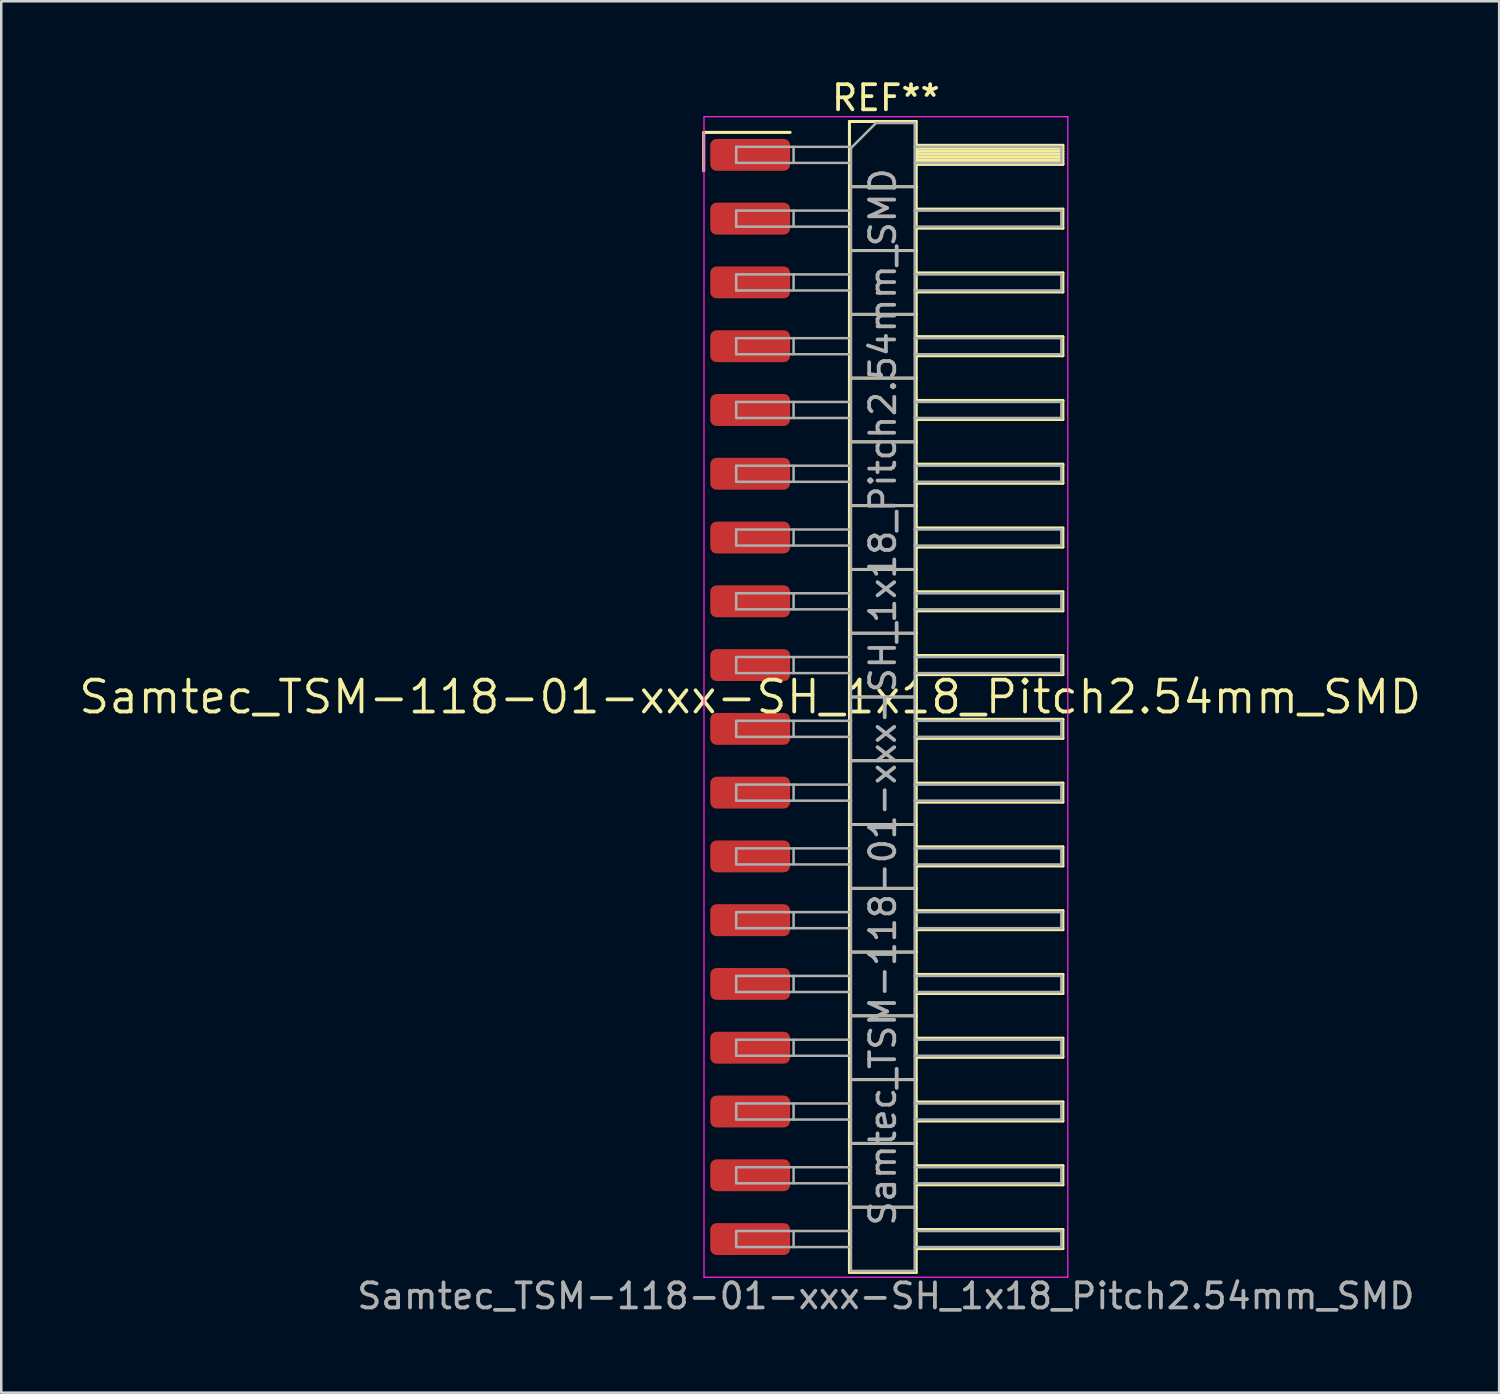
<source format=kicad_pcb>
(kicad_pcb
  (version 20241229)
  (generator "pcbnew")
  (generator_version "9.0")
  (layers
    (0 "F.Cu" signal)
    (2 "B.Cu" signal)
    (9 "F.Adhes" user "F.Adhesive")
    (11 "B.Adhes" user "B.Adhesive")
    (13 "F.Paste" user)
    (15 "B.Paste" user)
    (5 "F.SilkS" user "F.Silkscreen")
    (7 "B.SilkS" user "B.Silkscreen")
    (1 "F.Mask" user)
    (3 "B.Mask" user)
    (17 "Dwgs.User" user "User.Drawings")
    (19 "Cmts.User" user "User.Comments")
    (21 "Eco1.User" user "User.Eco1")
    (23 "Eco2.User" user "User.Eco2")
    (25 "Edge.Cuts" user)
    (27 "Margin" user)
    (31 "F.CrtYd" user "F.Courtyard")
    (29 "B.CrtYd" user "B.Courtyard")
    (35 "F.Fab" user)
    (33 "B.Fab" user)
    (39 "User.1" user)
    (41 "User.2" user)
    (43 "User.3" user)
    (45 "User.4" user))
  (footprint "Samtec_TSM-118-01-xxx-SH_1x18_Pitch2.54mm_SMD"
    (layer "F.Cu")
    (at 26.828 24.708)
    (property "Reference" "Samtec_TSM-118-01-xxx-SH_1x18_Pitch2.54mm_SMD" (at 0 0 0) (layer "F.SilkS") (effects (font (size 1.27 1.27) (thickness 0.15))))
    (attr smd)
    (fp_line (start -1.85 -22.485) (end 1.59 -22.485) (stroke (width 0.12) (type solid)) (layer "F.SilkS"))
    (fp_line (start -1.85 -20.955) (end -1.85 -22.485) (stroke (width 0.12) (type solid)) (layer "F.SilkS"))
    (fp_line (start 3.953 -22.92) (end 6.613 -22.92) (stroke (width 0.12) (type solid)) (layer "F.SilkS"))
    (fp_line (start 3.953 -20.32) (end 6.613 -20.32) (stroke (width 0.12) (type solid)) (layer "F.SilkS"))
    (fp_line (start 3.953 -17.78) (end 6.613 -17.78) (stroke (width 0.12) (type solid)) (layer "F.SilkS"))
    (fp_line (start 3.953 -15.24) (end 6.613 -15.24) (stroke (width 0.12) (type solid)) (layer "F.SilkS"))
    (fp_line (start 3.953 -12.7) (end 6.613 -12.7) (stroke (width 0.12) (type solid)) (layer "F.SilkS"))
    (fp_line (start 3.953 -10.16) (end 6.613 -10.16) (stroke (width 0.12) (type solid)) (layer "F.SilkS"))
    (fp_line (start 3.953 -7.62) (end 6.613 -7.62) (stroke (width 0.12) (type solid)) (layer "F.SilkS"))
    (fp_line (start 3.953 -5.08) (end 6.613 -5.08) (stroke (width 0.12) (type solid)) (layer "F.SilkS"))
    (fp_line (start 3.953 -2.54) (end 6.613 -2.54) (stroke (width 0.12) (type solid)) (layer "F.SilkS"))
    (fp_line (start 3.953 0) (end 6.613 0) (stroke (width 0.12) (type solid)) (layer "F.SilkS"))
    (fp_line (start 3.953 2.54) (end 6.613 2.54) (stroke (width 0.12) (type solid)) (layer "F.SilkS"))
    (fp_line (start 3.953 5.08) (end 6.613 5.08) (stroke (width 0.12) (type solid)) (layer "F.SilkS"))
    (fp_line (start 3.953 7.62) (end 6.613 7.62) (stroke (width 0.12) (type solid)) (layer "F.SilkS"))
    (fp_line (start 3.953 10.16) (end 6.613 10.16) (stroke (width 0.12) (type solid)) (layer "F.SilkS"))
    (fp_line (start 3.953 12.7) (end 6.613 12.7) (stroke (width 0.12) (type solid)) (layer "F.SilkS"))
    (fp_line (start 3.953 15.24) (end 6.613 15.24) (stroke (width 0.12) (type solid)) (layer "F.SilkS"))
    (fp_line (start 3.953 17.78) (end 6.613 17.78) (stroke (width 0.12) (type solid)) (layer "F.SilkS"))
    (fp_line (start 3.953 20.32) (end 6.613 20.32) (stroke (width 0.12) (type solid)) (layer "F.SilkS"))
    (fp_line (start 3.953 22.92) (end 3.953 -22.92) (stroke (width 0.12) (type solid)) (layer "F.SilkS"))
    (fp_line (start 6.613 -22.92) (end 6.613 22.92) (stroke (width 0.12) (type solid)) (layer "F.SilkS"))
    (fp_line (start 6.613 -21.97) (end 12.453 -21.97) (stroke (width 0.12) (type solid)) (layer "F.SilkS"))
    (fp_line (start 6.613 -21.85) (end 12.453 -21.85) (stroke (width 0.12) (type solid)) (layer "F.SilkS"))
    (fp_line (start 6.613 -21.73) (end 12.453 -21.73) (stroke (width 0.12) (type solid)) (layer "F.SilkS"))
    (fp_line (start 6.613 -21.61) (end 12.453 -21.61) (stroke (width 0.12) (type solid)) (layer "F.SilkS"))
    (fp_line (start 6.613 -21.49) (end 12.453 -21.49) (stroke (width 0.12) (type solid)) (layer "F.SilkS"))
    (fp_line (start 6.613 -21.37) (end 12.453 -21.37) (stroke (width 0.12) (type solid)) (layer "F.SilkS"))
    (fp_line (start 6.613 -21.25) (end 12.453 -21.25) (stroke (width 0.12) (type solid)) (layer "F.SilkS"))
    (fp_line (start 6.613 -21.21) (end 12.453 -21.21) (stroke (width 0.12) (type solid)) (layer "F.SilkS"))
    (fp_line (start 6.613 -19.43) (end 12.453 -19.43) (stroke (width 0.12) (type solid)) (layer "F.SilkS"))
    (fp_line (start 6.613 -18.67) (end 12.453 -18.67) (stroke (width 0.12) (type solid)) (layer "F.SilkS"))
    (fp_line (start 6.613 -16.89) (end 12.453 -16.89) (stroke (width 0.12) (type solid)) (layer "F.SilkS"))
    (fp_line (start 6.613 -16.13) (end 12.453 -16.13) (stroke (width 0.12) (type solid)) (layer "F.SilkS"))
    (fp_line (start 6.613 -14.35) (end 12.453 -14.35) (stroke (width 0.12) (type solid)) (layer "F.SilkS"))
    (fp_line (start 6.613 -13.59) (end 12.453 -13.59) (stroke (width 0.12) (type solid)) (layer "F.SilkS"))
    (fp_line (start 6.613 -11.81) (end 12.453 -11.81) (stroke (width 0.12) (type solid)) (layer "F.SilkS"))
    (fp_line (start 6.613 -11.05) (end 12.453 -11.05) (stroke (width 0.12) (type solid)) (layer "F.SilkS"))
    (fp_line (start 6.613 -9.27) (end 12.453 -9.27) (stroke (width 0.12) (type solid)) (layer "F.SilkS"))
    (fp_line (start 6.613 -8.51) (end 12.453 -8.51) (stroke (width 0.12) (type solid)) (layer "F.SilkS"))
    (fp_line (start 6.613 -6.73) (end 12.453 -6.73) (stroke (width 0.12) (type solid)) (layer "F.SilkS"))
    (fp_line (start 6.613 -5.97) (end 12.453 -5.97) (stroke (width 0.12) (type solid)) (layer "F.SilkS"))
    (fp_line (start 6.613 -4.19) (end 12.453 -4.19) (stroke (width 0.12) (type solid)) (layer "F.SilkS"))
    (fp_line (start 6.613 -3.43) (end 12.453 -3.43) (stroke (width 0.12) (type solid)) (layer "F.SilkS"))
    (fp_line (start 6.613 -1.65) (end 12.453 -1.65) (stroke (width 0.12) (type solid)) (layer "F.SilkS"))
    (fp_line (start 6.613 -0.89) (end 12.453 -0.89) (stroke (width 0.12) (type solid)) (layer "F.SilkS"))
    (fp_line (start 6.613 0.89) (end 12.453 0.89) (stroke (width 0.12) (type solid)) (layer "F.SilkS"))
    (fp_line (start 6.613 1.65) (end 12.453 1.65) (stroke (width 0.12) (type solid)) (layer "F.SilkS"))
    (fp_line (start 6.613 3.43) (end 12.453 3.43) (stroke (width 0.12) (type solid)) (layer "F.SilkS"))
    (fp_line (start 6.613 4.19) (end 12.453 4.19) (stroke (width 0.12) (type solid)) (layer "F.SilkS"))
    (fp_line (start 6.613 5.97) (end 12.453 5.97) (stroke (width 0.12) (type solid)) (layer "F.SilkS"))
    (fp_line (start 6.613 6.73) (end 12.453 6.73) (stroke (width 0.12) (type solid)) (layer "F.SilkS"))
    (fp_line (start 6.613 8.51) (end 12.453 8.51) (stroke (width 0.12) (type solid)) (layer "F.SilkS"))
    (fp_line (start 6.613 9.27) (end 12.453 9.27) (stroke (width 0.12) (type solid)) (layer "F.SilkS"))
    (fp_line (start 6.613 11.05) (end 12.453 11.05) (stroke (width 0.12) (type solid)) (layer "F.SilkS"))
    (fp_line (start 6.613 11.81) (end 12.453 11.81) (stroke (width 0.12) (type solid)) (layer "F.SilkS"))
    (fp_line (start 6.613 13.59) (end 12.453 13.59) (stroke (width 0.12) (type solid)) (layer "F.SilkS"))
    (fp_line (start 6.613 14.35) (end 12.453 14.35) (stroke (width 0.12) (type solid)) (layer "F.SilkS"))
    (fp_line (start 6.613 16.13) (end 12.453 16.13) (stroke (width 0.12) (type solid)) (layer "F.SilkS"))
    (fp_line (start 6.613 16.89) (end 12.453 16.89) (stroke (width 0.12) (type solid)) (layer "F.SilkS"))
    (fp_line (start 6.613 18.67) (end 12.453 18.67) (stroke (width 0.12) (type solid)) (layer "F.SilkS"))
    (fp_line (start 6.613 19.43) (end 12.453 19.43) (stroke (width 0.12) (type solid)) (layer "F.SilkS"))
    (fp_line (start 6.613 21.21) (end 12.453 21.21) (stroke (width 0.12) (type solid)) (layer "F.SilkS"))
    (fp_line (start 6.613 21.97) (end 12.453 21.97) (stroke (width 0.12) (type solid)) (layer "F.SilkS"))
    (fp_line (start 6.613 22.92) (end 3.953 22.92) (stroke (width 0.12) (type solid)) (layer "F.SilkS"))
    (fp_line (start 12.453 -21.97) (end 12.453 -21.21) (stroke (width 0.12) (type solid)) (layer "F.SilkS"))
    (fp_line (start 12.453 -19.43) (end 12.453 -18.67) (stroke (width 0.12) (type solid)) (layer "F.SilkS"))
    (fp_line (start 12.453 -16.89) (end 12.453 -16.13) (stroke (width 0.12) (type solid)) (layer "F.SilkS"))
    (fp_line (start 12.453 -14.35) (end 12.453 -13.59) (stroke (width 0.12) (type solid)) (layer "F.SilkS"))
    (fp_line (start 12.453 -11.81) (end 12.453 -11.05) (stroke (width 0.12) (type solid)) (layer "F.SilkS"))
    (fp_line (start 12.453 -9.27) (end 12.453 -8.51) (stroke (width 0.12) (type solid)) (layer "F.SilkS"))
    (fp_line (start 12.453 -6.73) (end 12.453 -5.97) (stroke (width 0.12) (type solid)) (layer "F.SilkS"))
    (fp_line (start 12.453 -4.19) (end 12.453 -3.43) (stroke (width 0.12) (type solid)) (layer "F.SilkS"))
    (fp_line (start 12.453 -1.65) (end 12.453 -0.89) (stroke (width 0.12) (type solid)) (layer "F.SilkS"))
    (fp_line (start 12.453 0.89) (end 12.453 1.65) (stroke (width 0.12) (type solid)) (layer "F.SilkS"))
    (fp_line (start 12.453 3.43) (end 12.453 4.19) (stroke (width 0.12) (type solid)) (layer "F.SilkS"))
    (fp_line (start 12.453 5.97) (end 12.453 6.73) (stroke (width 0.12) (type solid)) (layer "F.SilkS"))
    (fp_line (start 12.453 8.51) (end 12.453 9.27) (stroke (width 0.12) (type solid)) (layer "F.SilkS"))
    (fp_line (start 12.453 11.05) (end 12.453 11.81) (stroke (width 0.12) (type solid)) (layer "F.SilkS"))
    (fp_line (start 12.453 13.59) (end 12.453 14.35) (stroke (width 0.12) (type solid)) (layer "F.SilkS"))
    (fp_line (start 12.453 16.13) (end 12.453 16.89) (stroke (width 0.12) (type solid)) (layer "F.SilkS"))
    (fp_line (start 12.453 18.67) (end 12.453 19.43) (stroke (width 0.12) (type solid)) (layer "F.SilkS"))
    (fp_line (start 12.453 21.21) (end 12.453 21.97) (stroke (width 0.12) (type solid)) (layer "F.SilkS"))
    (fp_line (start -1.84 -23.11) (end 12.65 -23.11) (stroke (width 0.05) (type solid)) (layer "F.CrtYd"))
    (fp_line (start -1.84 23.11) (end -1.84 -23.11) (stroke (width 0.05) (type solid)) (layer "F.CrtYd"))
    (fp_line (start 12.65 -23.11) (end 12.65 23.11) (stroke (width 0.05) (type solid)) (layer "F.CrtYd"))
    (fp_line (start 12.65 23.11) (end -1.84 23.11) (stroke (width 0.05) (type solid)) (layer "F.CrtYd"))
    (fp_line (start -0.557 -21.91) (end -0.557 -21.27) (stroke (width 0.1) (type solid)) (layer "F.Fab"))
    (fp_line (start -0.557 -21.91) (end 4.013 -21.91) (stroke (width 0.1) (type solid)) (layer "F.Fab"))
    (fp_line (start -0.557 -21.27) (end 4.013 -21.27) (stroke (width 0.1) (type solid)) (layer "F.Fab"))
    (fp_line (start -0.557 -19.37) (end -0.557 -18.73) (stroke (width 0.1) (type solid)) (layer "F.Fab"))
    (fp_line (start -0.557 -19.37) (end 4.013 -19.37) (stroke (width 0.1) (type solid)) (layer "F.Fab"))
    (fp_line (start -0.557 -18.73) (end 4.013 -18.73) (stroke (width 0.1) (type solid)) (layer "F.Fab"))
    (fp_line (start -0.557 -16.83) (end -0.557 -16.19) (stroke (width 0.1) (type solid)) (layer "F.Fab"))
    (fp_line (start -0.557 -16.83) (end 4.013 -16.83) (stroke (width 0.1) (type solid)) (layer "F.Fab"))
    (fp_line (start -0.557 -16.19) (end 4.013 -16.19) (stroke (width 0.1) (type solid)) (layer "F.Fab"))
    (fp_line (start -0.557 -14.29) (end -0.557 -13.65) (stroke (width 0.1) (type solid)) (layer "F.Fab"))
    (fp_line (start -0.557 -14.29) (end 4.013 -14.29) (stroke (width 0.1) (type solid)) (layer "F.Fab"))
    (fp_line (start -0.557 -13.65) (end 4.013 -13.65) (stroke (width 0.1) (type solid)) (layer "F.Fab"))
    (fp_line (start -0.557 -11.75) (end -0.557 -11.11) (stroke (width 0.1) (type solid)) (layer "F.Fab"))
    (fp_line (start -0.557 -11.75) (end 4.013 -11.75) (stroke (width 0.1) (type solid)) (layer "F.Fab"))
    (fp_line (start -0.557 -11.11) (end 4.013 -11.11) (stroke (width 0.1) (type solid)) (layer "F.Fab"))
    (fp_line (start -0.557 -9.21) (end -0.557 -8.57) (stroke (width 0.1) (type solid)) (layer "F.Fab"))
    (fp_line (start -0.557 -9.21) (end 4.013 -9.21) (stroke (width 0.1) (type solid)) (layer "F.Fab"))
    (fp_line (start -0.557 -8.57) (end 4.013 -8.57) (stroke (width 0.1) (type solid)) (layer "F.Fab"))
    (fp_line (start -0.557 -6.67) (end -0.557 -6.03) (stroke (width 0.1) (type solid)) (layer "F.Fab"))
    (fp_line (start -0.557 -6.67) (end 4.013 -6.67) (stroke (width 0.1) (type solid)) (layer "F.Fab"))
    (fp_line (start -0.557 -6.03) (end 4.013 -6.03) (stroke (width 0.1) (type solid)) (layer "F.Fab"))
    (fp_line (start -0.557 -4.13) (end -0.557 -3.49) (stroke (width 0.1) (type solid)) (layer "F.Fab"))
    (fp_line (start -0.557 -4.13) (end 4.013 -4.13) (stroke (width 0.1) (type solid)) (layer "F.Fab"))
    (fp_line (start -0.557 -3.49) (end 4.013 -3.49) (stroke (width 0.1) (type solid)) (layer "F.Fab"))
    (fp_line (start -0.557 -1.59) (end -0.557 -0.95) (stroke (width 0.1) (type solid)) (layer "F.Fab"))
    (fp_line (start -0.557 -1.59) (end 4.013 -1.59) (stroke (width 0.1) (type solid)) (layer "F.Fab"))
    (fp_line (start -0.557 -0.95) (end 4.013 -0.95) (stroke (width 0.1) (type solid)) (layer "F.Fab"))
    (fp_line (start -0.557 0.95) (end -0.557 1.59) (stroke (width 0.1) (type solid)) (layer "F.Fab"))
    (fp_line (start -0.557 0.95) (end 4.013 0.95) (stroke (width 0.1) (type solid)) (layer "F.Fab"))
    (fp_line (start -0.557 1.59) (end 4.013 1.59) (stroke (width 0.1) (type solid)) (layer "F.Fab"))
    (fp_line (start -0.557 3.49) (end -0.557 4.13) (stroke (width 0.1) (type solid)) (layer "F.Fab"))
    (fp_line (start -0.557 3.49) (end 4.013 3.49) (stroke (width 0.1) (type solid)) (layer "F.Fab"))
    (fp_line (start -0.557 4.13) (end 4.013 4.13) (stroke (width 0.1) (type solid)) (layer "F.Fab"))
    (fp_line (start -0.557 6.03) (end -0.557 6.67) (stroke (width 0.1) (type solid)) (layer "F.Fab"))
    (fp_line (start -0.557 6.03) (end 4.013 6.03) (stroke (width 0.1) (type solid)) (layer "F.Fab"))
    (fp_line (start -0.557 6.67) (end 4.013 6.67) (stroke (width 0.1) (type solid)) (layer "F.Fab"))
    (fp_line (start -0.557 8.57) (end -0.557 9.21) (stroke (width 0.1) (type solid)) (layer "F.Fab"))
    (fp_line (start -0.557 8.57) (end 4.013 8.57) (stroke (width 0.1) (type solid)) (layer "F.Fab"))
    (fp_line (start -0.557 9.21) (end 4.013 9.21) (stroke (width 0.1) (type solid)) (layer "F.Fab"))
    (fp_line (start -0.557 11.11) (end -0.557 11.75) (stroke (width 0.1) (type solid)) (layer "F.Fab"))
    (fp_line (start -0.557 11.11) (end 4.013 11.11) (stroke (width 0.1) (type solid)) (layer "F.Fab"))
    (fp_line (start -0.557 11.75) (end 4.013 11.75) (stroke (width 0.1) (type solid)) (layer "F.Fab"))
    (fp_line (start -0.557 13.65) (end -0.557 14.29) (stroke (width 0.1) (type solid)) (layer "F.Fab"))
    (fp_line (start -0.557 13.65) (end 4.013 13.65) (stroke (width 0.1) (type solid)) (layer "F.Fab"))
    (fp_line (start -0.557 14.29) (end 4.013 14.29) (stroke (width 0.1) (type solid)) (layer "F.Fab"))
    (fp_line (start -0.557 16.19) (end -0.557 16.83) (stroke (width 0.1) (type solid)) (layer "F.Fab"))
    (fp_line (start -0.557 16.19) (end 4.013 16.19) (stroke (width 0.1) (type solid)) (layer "F.Fab"))
    (fp_line (start -0.557 16.83) (end 4.013 16.83) (stroke (width 0.1) (type solid)) (layer "F.Fab"))
    (fp_line (start -0.557 18.73) (end -0.557 19.37) (stroke (width 0.1) (type solid)) (layer "F.Fab"))
    (fp_line (start -0.557 18.73) (end 4.013 18.73) (stroke (width 0.1) (type solid)) (layer "F.Fab"))
    (fp_line (start -0.557 19.37) (end 4.013 19.37) (stroke (width 0.1) (type solid)) (layer "F.Fab"))
    (fp_line (start -0.557 21.27) (end -0.557 21.91) (stroke (width 0.1) (type solid)) (layer "F.Fab"))
    (fp_line (start -0.557 21.27) (end 4.013 21.27) (stroke (width 0.1) (type solid)) (layer "F.Fab"))
    (fp_line (start -0.557 21.91) (end 4.013 21.91) (stroke (width 0.1) (type solid)) (layer "F.Fab"))
    (fp_line (start 1.728 -21.91) (end 1.728 -21.27) (stroke (width 0.1) (type solid)) (layer "F.Fab"))
    (fp_line (start 1.728 -19.37) (end 1.728 -18.73) (stroke (width 0.1) (type solid)) (layer "F.Fab"))
    (fp_line (start 1.728 -16.83) (end 1.728 -16.19) (stroke (width 0.1) (type solid)) (layer "F.Fab"))
    (fp_line (start 1.728 -14.29) (end 1.728 -13.65) (stroke (width 0.1) (type solid)) (layer "F.Fab"))
    (fp_line (start 1.728 -11.75) (end 1.728 -11.11) (stroke (width 0.1) (type solid)) (layer "F.Fab"))
    (fp_line (start 1.728 -9.21) (end 1.728 -8.57) (stroke (width 0.1) (type solid)) (layer "F.Fab"))
    (fp_line (start 1.728 -6.67) (end 1.728 -6.03) (stroke (width 0.1) (type solid)) (layer "F.Fab"))
    (fp_line (start 1.728 -4.13) (end 1.728 -3.49) (stroke (width 0.1) (type solid)) (layer "F.Fab"))
    (fp_line (start 1.728 -1.59) (end 1.728 -0.95) (stroke (width 0.1) (type solid)) (layer "F.Fab"))
    (fp_line (start 1.728 0.95) (end 1.728 1.59) (stroke (width 0.1) (type solid)) (layer "F.Fab"))
    (fp_line (start 1.728 3.49) (end 1.728 4.13) (stroke (width 0.1) (type solid)) (layer "F.Fab"))
    (fp_line (start 1.728 6.03) (end 1.728 6.67) (stroke (width 0.1) (type solid)) (layer "F.Fab"))
    (fp_line (start 1.728 8.57) (end 1.728 9.21) (stroke (width 0.1) (type solid)) (layer "F.Fab"))
    (fp_line (start 1.728 11.11) (end 1.728 11.75) (stroke (width 0.1) (type solid)) (layer "F.Fab"))
    (fp_line (start 1.728 13.65) (end 1.728 14.29) (stroke (width 0.1) (type solid)) (layer "F.Fab"))
    (fp_line (start 1.728 16.19) (end 1.728 16.83) (stroke (width 0.1) (type solid)) (layer "F.Fab"))
    (fp_line (start 1.728 18.73) (end 1.728 19.37) (stroke (width 0.1) (type solid)) (layer "F.Fab"))
    (fp_line (start 1.728 21.27) (end 1.728 21.91) (stroke (width 0.1) (type solid)) (layer "F.Fab"))
    (fp_line (start 4.013 -21.86) (end 5.013 -22.86) (stroke (width 0.1) (type solid)) (layer "F.Fab"))
    (fp_line (start 4.013 -20.32) (end 6.553 -20.32) (stroke (width 0.1) (type solid)) (layer "F.Fab"))
    (fp_line (start 4.013 -17.78) (end 6.553 -17.78) (stroke (width 0.1) (type solid)) (layer "F.Fab"))
    (fp_line (start 4.013 -15.24) (end 6.553 -15.24) (stroke (width 0.1) (type solid)) (layer "F.Fab"))
    (fp_line (start 4.013 -12.7) (end 6.553 -12.7) (stroke (width 0.1) (type solid)) (layer "F.Fab"))
    (fp_line (start 4.013 -10.16) (end 6.553 -10.16) (stroke (width 0.1) (type solid)) (layer "F.Fab"))
    (fp_line (start 4.013 -7.62) (end 6.553 -7.62) (stroke (width 0.1) (type solid)) (layer "F.Fab"))
    (fp_line (start 4.013 -5.08) (end 6.553 -5.08) (stroke (width 0.1) (type solid)) (layer "F.Fab"))
    (fp_line (start 4.013 -2.54) (end 6.553 -2.54) (stroke (width 0.1) (type solid)) (layer "F.Fab"))
    (fp_line (start 4.013 0) (end 6.553 0) (stroke (width 0.1) (type solid)) (layer "F.Fab"))
    (fp_line (start 4.013 2.54) (end 6.553 2.54) (stroke (width 0.1) (type solid)) (layer "F.Fab"))
    (fp_line (start 4.013 5.08) (end 6.553 5.08) (stroke (width 0.1) (type solid)) (layer "F.Fab"))
    (fp_line (start 4.013 7.62) (end 6.553 7.62) (stroke (width 0.1) (type solid)) (layer "F.Fab"))
    (fp_line (start 4.013 10.16) (end 6.553 10.16) (stroke (width 0.1) (type solid)) (layer "F.Fab"))
    (fp_line (start 4.013 12.7) (end 6.553 12.7) (stroke (width 0.1) (type solid)) (layer "F.Fab"))
    (fp_line (start 4.013 15.24) (end 6.553 15.24) (stroke (width 0.1) (type solid)) (layer "F.Fab"))
    (fp_line (start 4.013 17.78) (end 6.553 17.78) (stroke (width 0.1) (type solid)) (layer "F.Fab"))
    (fp_line (start 4.013 20.32) (end 6.553 20.32) (stroke (width 0.1) (type solid)) (layer "F.Fab"))
    (fp_line (start 4.013 22.86) (end 4.013 -21.86) (stroke (width 0.1) (type solid)) (layer "F.Fab"))
    (fp_line (start 5.013 -22.86) (end 6.553 -22.86) (stroke (width 0.1) (type solid)) (layer "F.Fab"))
    (fp_line (start 6.553 -22.86) (end 6.553 22.86) (stroke (width 0.1) (type solid)) (layer "F.Fab"))
    (fp_line (start 6.553 -21.91) (end 12.393 -21.91) (stroke (width 0.1) (type solid)) (layer "F.Fab"))
    (fp_line (start 6.553 -21.27) (end 12.393 -21.27) (stroke (width 0.1) (type solid)) (layer "F.Fab"))
    (fp_line (start 6.553 -19.37) (end 12.393 -19.37) (stroke (width 0.1) (type solid)) (layer "F.Fab"))
    (fp_line (start 6.553 -18.73) (end 12.393 -18.73) (stroke (width 0.1) (type solid)) (layer "F.Fab"))
    (fp_line (start 6.553 -16.83) (end 12.393 -16.83) (stroke (width 0.1) (type solid)) (layer "F.Fab"))
    (fp_line (start 6.553 -16.19) (end 12.393 -16.19) (stroke (width 0.1) (type solid)) (layer "F.Fab"))
    (fp_line (start 6.553 -14.29) (end 12.393 -14.29) (stroke (width 0.1) (type solid)) (layer "F.Fab"))
    (fp_line (start 6.553 -13.65) (end 12.393 -13.65) (stroke (width 0.1) (type solid)) (layer "F.Fab"))
    (fp_line (start 6.553 -11.75) (end 12.393 -11.75) (stroke (width 0.1) (type solid)) (layer "F.Fab"))
    (fp_line (start 6.553 -11.11) (end 12.393 -11.11) (stroke (width 0.1) (type solid)) (layer "F.Fab"))
    (fp_line (start 6.553 -9.21) (end 12.393 -9.21) (stroke (width 0.1) (type solid)) (layer "F.Fab"))
    (fp_line (start 6.553 -8.57) (end 12.393 -8.57) (stroke (width 0.1) (type solid)) (layer "F.Fab"))
    (fp_line (start 6.553 -6.67) (end 12.393 -6.67) (stroke (width 0.1) (type solid)) (layer "F.Fab"))
    (fp_line (start 6.553 -6.03) (end 12.393 -6.03) (stroke (width 0.1) (type solid)) (layer "F.Fab"))
    (fp_line (start 6.553 -4.13) (end 12.393 -4.13) (stroke (width 0.1) (type solid)) (layer "F.Fab"))
    (fp_line (start 6.553 -3.49) (end 12.393 -3.49) (stroke (width 0.1) (type solid)) (layer "F.Fab"))
    (fp_line (start 6.553 -1.59) (end 12.393 -1.59) (stroke (width 0.1) (type solid)) (layer "F.Fab"))
    (fp_line (start 6.553 -0.95) (end 12.393 -0.95) (stroke (width 0.1) (type solid)) (layer "F.Fab"))
    (fp_line (start 6.553 0.95) (end 12.393 0.95) (stroke (width 0.1) (type solid)) (layer "F.Fab"))
    (fp_line (start 6.553 1.59) (end 12.393 1.59) (stroke (width 0.1) (type solid)) (layer "F.Fab"))
    (fp_line (start 6.553 3.49) (end 12.393 3.49) (stroke (width 0.1) (type solid)) (layer "F.Fab"))
    (fp_line (start 6.553 4.13) (end 12.393 4.13) (stroke (width 0.1) (type solid)) (layer "F.Fab"))
    (fp_line (start 6.553 6.03) (end 12.393 6.03) (stroke (width 0.1) (type solid)) (layer "F.Fab"))
    (fp_line (start 6.553 6.67) (end 12.393 6.67) (stroke (width 0.1) (type solid)) (layer "F.Fab"))
    (fp_line (start 6.553 8.57) (end 12.393 8.57) (stroke (width 0.1) (type solid)) (layer "F.Fab"))
    (fp_line (start 6.553 9.21) (end 12.393 9.21) (stroke (width 0.1) (type solid)) (layer "F.Fab"))
    (fp_line (start 6.553 11.11) (end 12.393 11.11) (stroke (width 0.1) (type solid)) (layer "F.Fab"))
    (fp_line (start 6.553 11.75) (end 12.393 11.75) (stroke (width 0.1) (type solid)) (layer "F.Fab"))
    (fp_line (start 6.553 13.65) (end 12.393 13.65) (stroke (width 0.1) (type solid)) (layer "F.Fab"))
    (fp_line (start 6.553 14.29) (end 12.393 14.29) (stroke (width 0.1) (type solid)) (layer "F.Fab"))
    (fp_line (start 6.553 16.19) (end 12.393 16.19) (stroke (width 0.1) (type solid)) (layer "F.Fab"))
    (fp_line (start 6.553 16.83) (end 12.393 16.83) (stroke (width 0.1) (type solid)) (layer "F.Fab"))
    (fp_line (start 6.553 18.73) (end 12.393 18.73) (stroke (width 0.1) (type solid)) (layer "F.Fab"))
    (fp_line (start 6.553 19.37) (end 12.393 19.37) (stroke (width 0.1) (type solid)) (layer "F.Fab"))
    (fp_line (start 6.553 21.27) (end 12.393 21.27) (stroke (width 0.1) (type solid)) (layer "F.Fab"))
    (fp_line (start 6.553 21.91) (end 12.393 21.91) (stroke (width 0.1) (type solid)) (layer "F.Fab"))
    (fp_line (start 6.553 22.86) (end 4.013 22.86) (stroke (width 0.1) (type solid)) (layer "F.Fab"))
    (fp_line (start 12.393 -21.91) (end 12.393 -21.27) (stroke (width 0.1) (type solid)) (layer "F.Fab"))
    (fp_line (start 12.393 -19.37) (end 12.393 -18.73) (stroke (width 0.1) (type solid)) (layer "F.Fab"))
    (fp_line (start 12.393 -16.83) (end 12.393 -16.19) (stroke (width 0.1) (type solid)) (layer "F.Fab"))
    (fp_line (start 12.393 -14.29) (end 12.393 -13.65) (stroke (width 0.1) (type solid)) (layer "F.Fab"))
    (fp_line (start 12.393 -11.75) (end 12.393 -11.11) (stroke (width 0.1) (type solid)) (layer "F.Fab"))
    (fp_line (start 12.393 -9.21) (end 12.393 -8.57) (stroke (width 0.1) (type solid)) (layer "F.Fab"))
    (fp_line (start 12.393 -6.67) (end 12.393 -6.03) (stroke (width 0.1) (type solid)) (layer "F.Fab"))
    (fp_line (start 12.393 -4.13) (end 12.393 -3.49) (stroke (width 0.1) (type solid)) (layer "F.Fab"))
    (fp_line (start 12.393 -1.59) (end 12.393 -0.95) (stroke (width 0.1) (type solid)) (layer "F.Fab"))
    (fp_line (start 12.393 0.95) (end 12.393 1.59) (stroke (width 0.1) (type solid)) (layer "F.Fab"))
    (fp_line (start 12.393 3.49) (end 12.393 4.13) (stroke (width 0.1) (type solid)) (layer "F.Fab"))
    (fp_line (start 12.393 6.03) (end 12.393 6.67) (stroke (width 0.1) (type solid)) (layer "F.Fab"))
    (fp_line (start 12.393 8.57) (end 12.393 9.21) (stroke (width 0.1) (type solid)) (layer "F.Fab"))
    (fp_line (start 12.393 11.11) (end 12.393 11.75) (stroke (width 0.1) (type solid)) (layer "F.Fab"))
    (fp_line (start 12.393 13.65) (end 12.393 14.29) (stroke (width 0.1) (type solid)) (layer "F.Fab"))
    (fp_line (start 12.393 16.19) (end 12.393 16.83) (stroke (width 0.1) (type solid)) (layer "F.Fab"))
    (fp_line (start 12.393 18.73) (end 12.393 19.37) (stroke (width 0.1) (type solid)) (layer "F.Fab"))
    (fp_line (start 12.393 21.27) (end 12.393 21.91) (stroke (width 0.1) (type solid)) (layer "F.Fab"))
    (fp_text user "REF**" (at 5.405 -23.86 0) (layer "F.SilkS") (effects (font (size 1 1) (thickness 0.15))))
    (fp_text user "Samtec_TSM-118-01-xxx-SH_1x18_Pitch2.54mm_SMD" (at 5.405 23.86 0) (layer "F.Fab") (effects (font (size 1 1) (thickness 0.15))))
    (fp_text user "${REFERENCE}" (at 5.283 0 90) (layer "F.Fab") (effects (font (size 1 1) (thickness 0.15))))
    (pad "1" smd roundrect (at 0 -21.59) (size 3.18 1.27) (layers "F.Cu" "F.Mask" "F.Paste") (roundrect_rratio 0.197))
    (pad "2" smd roundrect (at 0 -19.05) (size 3.18 1.27) (layers "F.Cu" "F.Mask" "F.Paste") (roundrect_rratio 0.197))
    (pad "3" smd roundrect (at 0 -16.51) (size 3.18 1.27) (layers "F.Cu" "F.Mask" "F.Paste") (roundrect_rratio 0.197))
    (pad "4" smd roundrect (at 0 -13.97) (size 3.18 1.27) (layers "F.Cu" "F.Mask" "F.Paste") (roundrect_rratio 0.197))
    (pad "5" smd roundrect (at 0 -11.43) (size 3.18 1.27) (layers "F.Cu" "F.Mask" "F.Paste") (roundrect_rratio 0.197))
    (pad "6" smd roundrect (at 0 -8.89) (size 3.18 1.27) (layers "F.Cu" "F.Mask" "F.Paste") (roundrect_rratio 0.197))
    (pad "7" smd roundrect (at 0 -6.35) (size 3.18 1.27) (layers "F.Cu" "F.Mask" "F.Paste") (roundrect_rratio 0.197))
    (pad "8" smd roundrect (at 0 -3.81) (size 3.18 1.27) (layers "F.Cu" "F.Mask" "F.Paste") (roundrect_rratio 0.197))
    (pad "9" smd roundrect (at 0 -1.27) (size 3.18 1.27) (layers "F.Cu" "F.Mask" "F.Paste") (roundrect_rratio 0.197))
    (pad "10" smd roundrect (at 0 1.27) (size 3.18 1.27) (layers "F.Cu" "F.Mask" "F.Paste") (roundrect_rratio 0.197))
    (pad "11" smd roundrect (at 0 3.81) (size 3.18 1.27) (layers "F.Cu" "F.Mask" "F.Paste") (roundrect_rratio 0.197))
    (pad "12" smd roundrect (at 0 6.35) (size 3.18 1.27) (layers "F.Cu" "F.Mask" "F.Paste") (roundrect_rratio 0.197))
    (pad "13" smd roundrect (at 0 8.89) (size 3.18 1.27) (layers "F.Cu" "F.Mask" "F.Paste") (roundrect_rratio 0.197))
    (pad "14" smd roundrect (at 0 11.43) (size 3.18 1.27) (layers "F.Cu" "F.Mask" "F.Paste") (roundrect_rratio 0.197))
    (pad "15" smd roundrect (at 0 13.97) (size 3.18 1.27) (layers "F.Cu" "F.Mask" "F.Paste") (roundrect_rratio 0.197))
    (pad "16" smd roundrect (at 0 16.51) (size 3.18 1.27) (layers "F.Cu" "F.Mask" "F.Paste") (roundrect_rratio 0.197))
    (pad "17" smd roundrect (at 0 19.05) (size 3.18 1.27) (layers "F.Cu" "F.Mask" "F.Paste") (roundrect_rratio 0.197))
    (pad "18" smd roundrect (at 0 21.59) (size 3.18 1.27) (layers "F.Cu" "F.Mask" "F.Paste") (roundrect_rratio 0.197)))
  (gr_rect
    (start -3 -3)
    (end 56.657 52.416)
    (stroke (width 0.1) (type default))
    (fill no)
    (layer "Edge.Cuts")))
</source>
